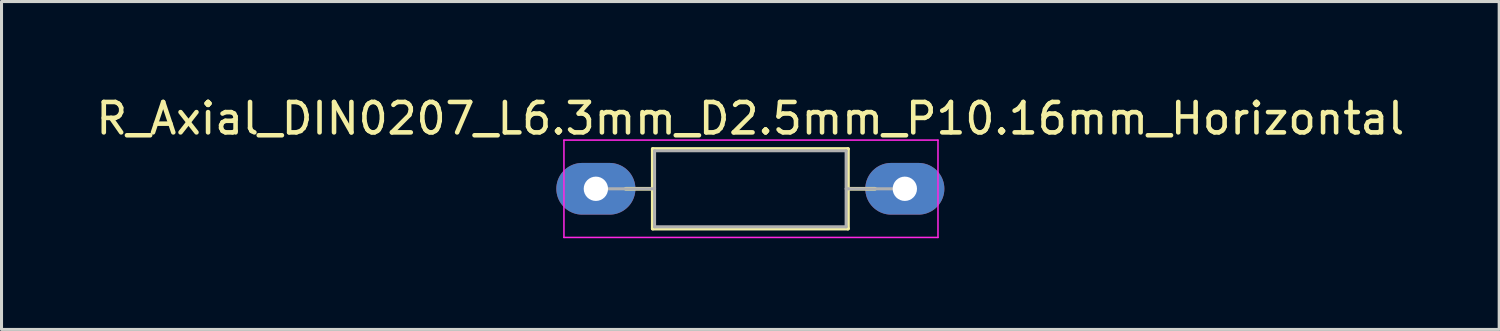
<source format=kicad_pcb>
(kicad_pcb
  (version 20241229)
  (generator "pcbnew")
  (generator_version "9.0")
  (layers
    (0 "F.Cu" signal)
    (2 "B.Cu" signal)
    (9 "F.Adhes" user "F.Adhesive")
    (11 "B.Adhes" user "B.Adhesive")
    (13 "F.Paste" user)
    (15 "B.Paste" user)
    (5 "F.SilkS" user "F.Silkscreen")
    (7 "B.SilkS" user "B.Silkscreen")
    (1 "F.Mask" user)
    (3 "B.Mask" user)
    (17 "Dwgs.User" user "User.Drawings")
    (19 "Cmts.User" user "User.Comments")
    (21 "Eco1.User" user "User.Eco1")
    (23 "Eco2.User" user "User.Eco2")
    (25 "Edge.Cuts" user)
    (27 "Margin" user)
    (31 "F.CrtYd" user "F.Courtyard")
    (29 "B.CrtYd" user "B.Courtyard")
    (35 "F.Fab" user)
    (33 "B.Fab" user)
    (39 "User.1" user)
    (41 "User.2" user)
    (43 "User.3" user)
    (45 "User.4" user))
  (footprint "R_Axial_DIN0207_L6.3mm_D2.5mm_P10.16mm_Horizontal"
    (layer "F.Cu")
    (at 16.545 3.158)
    (property "Reference" "R_Axial_DIN0207_L6.3mm_D2.5mm_P10.16mm_Horizontal" (at 5.08 -2.31 0) (layer "F.SilkS") (effects (font (size 1 1) (thickness 0.15))))
    (attr through_hole)
    (fp_line (start 0.98 0) (end 1.87 0) (stroke (width 0.12) (type solid)) (layer "F.SilkS"))
    (fp_line (start 1.87 -1.31) (end 1.87 1.31) (stroke (width 0.12) (type solid)) (layer "F.SilkS"))
    (fp_line (start 1.87 1.31) (end 8.29 1.31) (stroke (width 0.12) (type solid)) (layer "F.SilkS"))
    (fp_line (start 8.29 -1.31) (end 1.87 -1.31) (stroke (width 0.12) (type solid)) (layer "F.SilkS"))
    (fp_line (start 8.29 1.31) (end 8.29 -1.31) (stroke (width 0.12) (type solid)) (layer "F.SilkS"))
    (fp_line (start 9.18 0) (end 8.29 0) (stroke (width 0.12) (type solid)) (layer "F.SilkS"))
    (fp_line (start -1.05 -1.6) (end -1.05 1.6) (stroke (width 0.05) (type solid)) (layer "F.CrtYd"))
    (fp_line (start -1.05 1.6) (end 11.25 1.6) (stroke (width 0.05) (type solid)) (layer "F.CrtYd"))
    (fp_line (start 11.25 -1.6) (end -1.05 -1.6) (stroke (width 0.05) (type solid)) (layer "F.CrtYd"))
    (fp_line (start 11.25 1.6) (end 11.25 -1.6) (stroke (width 0.05) (type solid)) (layer "F.CrtYd"))
    (fp_line (start 0 0) (end 1.93 0) (stroke (width 0.1) (type solid)) (layer "F.Fab"))
    (fp_line (start 1.93 -1.25) (end 1.93 1.25) (stroke (width 0.1) (type solid)) (layer "F.Fab"))
    (fp_line (start 1.93 1.25) (end 8.23 1.25) (stroke (width 0.1) (type solid)) (layer "F.Fab"))
    (fp_line (start 8.23 -1.25) (end 1.93 -1.25) (stroke (width 0.1) (type solid)) (layer "F.Fab"))
    (fp_line (start 8.23 1.25) (end 8.23 -1.25) (stroke (width 0.1) (type solid)) (layer "F.Fab"))
    (fp_line (start 10.16 0) (end 8.23 0) (stroke (width 0.1) (type solid)) (layer "F.Fab"))
    (pad "1" thru_hole oval (at 0 0) (size 2.6 1.7) (drill 0.8) (layers "*.Cu" "*.Mask"))
    (pad "2" thru_hole oval (at 10.16 0) (size 2.6 1.7) (drill 0.8) (layers "*.Cu" "*.Mask")))
  (gr_rect
    (start -3 -3)
    (end 46.25 7.783)
    (stroke (width 0.1) (type default))
    (fill no)
    (layer "Edge.Cuts")))
</source>
